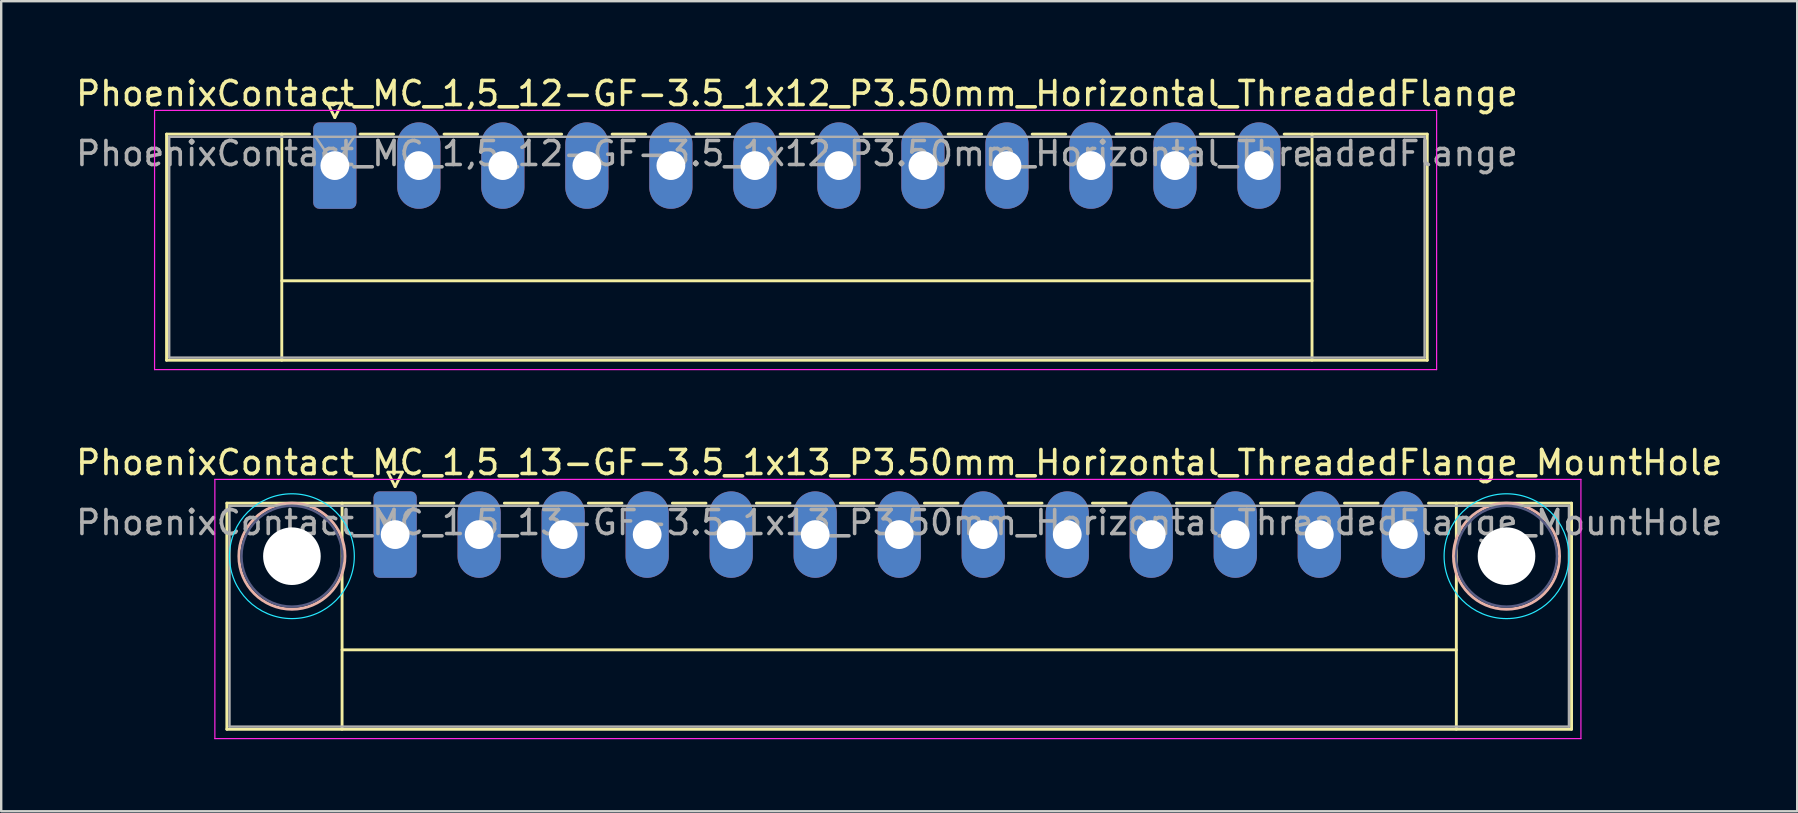
<source format=kicad_pcb>
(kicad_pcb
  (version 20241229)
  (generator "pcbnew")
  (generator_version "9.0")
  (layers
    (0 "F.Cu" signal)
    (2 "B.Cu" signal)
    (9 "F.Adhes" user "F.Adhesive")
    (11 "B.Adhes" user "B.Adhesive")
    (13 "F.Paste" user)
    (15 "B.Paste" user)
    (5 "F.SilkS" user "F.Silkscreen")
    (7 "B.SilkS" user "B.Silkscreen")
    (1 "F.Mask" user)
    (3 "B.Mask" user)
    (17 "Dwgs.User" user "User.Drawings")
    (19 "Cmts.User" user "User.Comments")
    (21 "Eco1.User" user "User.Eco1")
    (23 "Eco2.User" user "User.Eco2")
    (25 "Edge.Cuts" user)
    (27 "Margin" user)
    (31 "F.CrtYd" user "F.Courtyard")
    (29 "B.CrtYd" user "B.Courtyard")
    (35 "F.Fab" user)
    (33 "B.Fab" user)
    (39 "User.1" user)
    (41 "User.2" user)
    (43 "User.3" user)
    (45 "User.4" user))
  (footprint "PhoenixContact_MC_1,5_12-GF-3.5_1x12_P3.50mm_Horizontal_ThreadedFlange"
    (layer "F.Cu")
    (at 10.899 3.848)
    (property "Reference" "PhoenixContact_MC_1,5_12-GF-3.5_1x12_P3.50mm_Horizontal_ThreadedFlange" (at 19.25 -3 0) (layer "F.SilkS") (effects (font (size 1 1) (thickness 0.15))))
    (attr through_hole)
    (fp_line (start -7.01 -1.31) (end -7.01 8.11) (stroke (width 0.12) (type solid)) (layer "F.SilkS"))
    (fp_line (start -7.01 -1.31) (end -1.05 -1.31) (stroke (width 0.12) (type solid)) (layer "F.SilkS"))
    (fp_line (start -7.01 8.11) (end 45.51 8.11) (stroke (width 0.12) (type solid)) (layer "F.SilkS"))
    (fp_line (start -2.21 -1.31) (end -2.21 8.11) (stroke (width 0.12) (type solid)) (layer "F.SilkS"))
    (fp_line (start -2.21 4.8) (end 40.71 4.8) (stroke (width 0.12) (type solid)) (layer "F.SilkS"))
    (fp_line (start -0.3 -2.6) (end 0.3 -2.6) (stroke (width 0.12) (type solid)) (layer "F.SilkS"))
    (fp_line (start 0 -2) (end -0.3 -2.6) (stroke (width 0.12) (type solid)) (layer "F.SilkS"))
    (fp_line (start 0.3 -2.6) (end 0 -2) (stroke (width 0.12) (type solid)) (layer "F.SilkS"))
    (fp_line (start 1.05 -1.31) (end 2.45 -1.31) (stroke (width 0.12) (type solid)) (layer "F.SilkS"))
    (fp_line (start 4.55 -1.31) (end 5.95 -1.31) (stroke (width 0.12) (type solid)) (layer "F.SilkS"))
    (fp_line (start 8.05 -1.31) (end 9.45 -1.31) (stroke (width 0.12) (type solid)) (layer "F.SilkS"))
    (fp_line (start 11.55 -1.31) (end 12.95 -1.31) (stroke (width 0.12) (type solid)) (layer "F.SilkS"))
    (fp_line (start 15.05 -1.31) (end 16.45 -1.31) (stroke (width 0.12) (type solid)) (layer "F.SilkS"))
    (fp_line (start 18.55 -1.31) (end 19.95 -1.31) (stroke (width 0.12) (type solid)) (layer "F.SilkS"))
    (fp_line (start 22.05 -1.31) (end 23.45 -1.31) (stroke (width 0.12) (type solid)) (layer "F.SilkS"))
    (fp_line (start 25.55 -1.31) (end 26.95 -1.31) (stroke (width 0.12) (type solid)) (layer "F.SilkS"))
    (fp_line (start 29.05 -1.31) (end 30.45 -1.31) (stroke (width 0.12) (type solid)) (layer "F.SilkS"))
    (fp_line (start 32.55 -1.31) (end 33.95 -1.31) (stroke (width 0.12) (type solid)) (layer "F.SilkS"))
    (fp_line (start 36.05 -1.31) (end 37.45 -1.31) (stroke (width 0.12) (type solid)) (layer "F.SilkS"))
    (fp_line (start 40.71 -1.31) (end 40.71 8.11) (stroke (width 0.12) (type solid)) (layer "F.SilkS"))
    (fp_line (start 45.51 -1.31) (end 39.55 -1.31) (stroke (width 0.12) (type solid)) (layer "F.SilkS"))
    (fp_line (start 45.51 8.11) (end 45.51 -1.31) (stroke (width 0.12) (type solid)) (layer "F.SilkS"))
    (fp_line (start -7.51 -2.3) (end -7.51 8.5) (stroke (width 0.05) (type solid)) (layer "F.CrtYd"))
    (fp_line (start -7.51 8.5) (end 45.9 8.5) (stroke (width 0.05) (type solid)) (layer "F.CrtYd"))
    (fp_line (start 45.9 -2.3) (end -7.51 -2.3) (stroke (width 0.05) (type solid)) (layer "F.CrtYd"))
    (fp_line (start 45.9 8.5) (end 45.9 -2.3) (stroke (width 0.05) (type solid)) (layer "F.CrtYd"))
    (fp_line (start -6.9 -1.2) (end -6.9 8) (stroke (width 0.1) (type solid)) (layer "F.Fab"))
    (fp_line (start -6.9 8) (end 45.4 8) (stroke (width 0.1) (type solid)) (layer "F.Fab"))
    (fp_line (start 0 0) (end -0.8 -1.2) (stroke (width 0.1) (type solid)) (layer "F.Fab"))
    (fp_line (start 0.8 -1.2) (end 0 0) (stroke (width 0.1) (type solid)) (layer "F.Fab"))
    (fp_line (start 45.4 -1.2) (end -6.9 -1.2) (stroke (width 0.1) (type solid)) (layer "F.Fab"))
    (fp_line (start 45.4 8) (end 45.4 -1.2) (stroke (width 0.1) (type solid)) (layer "F.Fab"))
    (fp_text user "${REFERENCE}" (at 19.25 -0.5 0) (layer "F.Fab") (effects (font (size 1 1) (thickness 0.15))))
    (pad "1" thru_hole roundrect (at 0 0) (size 1.8 3.6) (drill 1.2) (layers "*.Cu" "*.Mask") (roundrect_rratio 0.139))
    (pad "2" thru_hole oval (at 3.5 0) (size 1.8 3.6) (drill 1.2) (layers "*.Cu" "*.Mask"))
    (pad "3" thru_hole oval (at 7 0) (size 1.8 3.6) (drill 1.2) (layers "*.Cu" "*.Mask"))
    (pad "4" thru_hole oval (at 10.5 0) (size 1.8 3.6) (drill 1.2) (layers "*.Cu" "*.Mask"))
    (pad "5" thru_hole oval (at 14 0) (size 1.8 3.6) (drill 1.2) (layers "*.Cu" "*.Mask"))
    (pad "6" thru_hole oval (at 17.5 0) (size 1.8 3.6) (drill 1.2) (layers "*.Cu" "*.Mask"))
    (pad "7" thru_hole oval (at 21 0) (size 1.8 3.6) (drill 1.2) (layers "*.Cu" "*.Mask"))
    (pad "8" thru_hole oval (at 24.5 0) (size 1.8 3.6) (drill 1.2) (layers "*.Cu" "*.Mask"))
    (pad "9" thru_hole oval (at 28 0) (size 1.8 3.6) (drill 1.2) (layers "*.Cu" "*.Mask"))
    (pad "10" thru_hole oval (at 31.5 0) (size 1.8 3.6) (drill 1.2) (layers "*.Cu" "*.Mask"))
    (pad "11" thru_hole oval (at 35 0) (size 1.8 3.6) (drill 1.2) (layers "*.Cu" "*.Mask"))
    (pad "12" thru_hole oval (at 38.5 0) (size 1.8 3.6) (drill 1.2) (layers "*.Cu" "*.Mask")))
  (footprint "PhoenixContact_MC_1,5_13-GF-3.5_1x13_P3.50mm_Horizontal_ThreadedFlange_MountHole"
    (layer "F.Cu")
    (at 13.411 19.221)
    (property "Reference" "PhoenixContact_MC_1,5_13-GF-3.5_1x13_P3.50mm_Horizontal_ThreadedFlange_MountHole" (at 21 -3 0) (layer "F.SilkS") (effects (font (size 1 1) (thickness 0.15))))
    (attr through_hole)
    (fp_line (start -7.01 -1.31) (end -7.01 8.11) (stroke (width 0.12) (type solid)) (layer "F.SilkS"))
    (fp_line (start -7.01 -1.31) (end -1.05 -1.31) (stroke (width 0.12) (type solid)) (layer "F.SilkS"))
    (fp_line (start -7.01 8.11) (end 49.01 8.11) (stroke (width 0.12) (type solid)) (layer "F.SilkS"))
    (fp_line (start -2.21 -1.31) (end -2.21 8.11) (stroke (width 0.12) (type solid)) (layer "F.SilkS"))
    (fp_line (start -2.21 4.8) (end 44.21 4.8) (stroke (width 0.12) (type solid)) (layer "F.SilkS"))
    (fp_line (start -0.3 -2.6) (end 0.3 -2.6) (stroke (width 0.12) (type solid)) (layer "F.SilkS"))
    (fp_line (start 0 -2) (end -0.3 -2.6) (stroke (width 0.12) (type solid)) (layer "F.SilkS"))
    (fp_line (start 0.3 -2.6) (end 0 -2) (stroke (width 0.12) (type solid)) (layer "F.SilkS"))
    (fp_line (start 1.05 -1.31) (end 2.45 -1.31) (stroke (width 0.12) (type solid)) (layer "F.SilkS"))
    (fp_line (start 4.55 -1.31) (end 5.95 -1.31) (stroke (width 0.12) (type solid)) (layer "F.SilkS"))
    (fp_line (start 8.05 -1.31) (end 9.45 -1.31) (stroke (width 0.12) (type solid)) (layer "F.SilkS"))
    (fp_line (start 11.55 -1.31) (end 12.95 -1.31) (stroke (width 0.12) (type solid)) (layer "F.SilkS"))
    (fp_line (start 15.05 -1.31) (end 16.45 -1.31) (stroke (width 0.12) (type solid)) (layer "F.SilkS"))
    (fp_line (start 18.55 -1.31) (end 19.95 -1.31) (stroke (width 0.12) (type solid)) (layer "F.SilkS"))
    (fp_line (start 22.05 -1.31) (end 23.45 -1.31) (stroke (width 0.12) (type solid)) (layer "F.SilkS"))
    (fp_line (start 25.55 -1.31) (end 26.95 -1.31) (stroke (width 0.12) (type solid)) (layer "F.SilkS"))
    (fp_line (start 29.05 -1.31) (end 30.45 -1.31) (stroke (width 0.12) (type solid)) (layer "F.SilkS"))
    (fp_line (start 32.55 -1.31) (end 33.95 -1.31) (stroke (width 0.12) (type solid)) (layer "F.SilkS"))
    (fp_line (start 36.05 -1.31) (end 37.45 -1.31) (stroke (width 0.12) (type solid)) (layer "F.SilkS"))
    (fp_line (start 39.55 -1.31) (end 40.95 -1.31) (stroke (width 0.12) (type solid)) (layer "F.SilkS"))
    (fp_line (start 44.21 -1.31) (end 44.21 8.11) (stroke (width 0.12) (type solid)) (layer "F.SilkS"))
    (fp_line (start 49.01 -1.31) (end 43.05 -1.31) (stroke (width 0.12) (type solid)) (layer "F.SilkS"))
    (fp_line (start 49.01 8.11) (end 49.01 -1.31) (stroke (width 0.12) (type solid)) (layer "F.SilkS"))
    (fp_circle (center -4.3 0.9) (end -2.09 0.9) (stroke (width 0.12) (type solid)) (fill no) (layer "B.SilkS"))
    (fp_circle (center 46.3 0.9) (end 48.51 0.9) (stroke (width 0.12) (type solid)) (fill no) (layer "B.SilkS"))
    (fp_circle (center -4.3 0.9) (end -1.7 0.9) (stroke (width 0.05) (type solid)) (fill no) (layer "B.CrtYd"))
    (fp_circle (center 46.3 0.9) (end 48.9 0.9) (stroke (width 0.05) (type solid)) (fill no) (layer "B.CrtYd"))
    (fp_line (start -7.51 -2.3) (end -7.51 8.5) (stroke (width 0.05) (type solid)) (layer "F.CrtYd"))
    (fp_line (start -7.51 8.5) (end 49.4 8.5) (stroke (width 0.05) (type solid)) (layer "F.CrtYd"))
    (fp_line (start 49.4 -2.3) (end -7.51 -2.3) (stroke (width 0.05) (type solid)) (layer "F.CrtYd"))
    (fp_line (start 49.4 8.5) (end 49.4 -2.3) (stroke (width 0.05) (type solid)) (layer "F.CrtYd"))
    (fp_circle (center -4.3 0.9) (end -2.2 0.9) (stroke (width 0.1) (type solid)) (fill no) (layer "B.Fab"))
    (fp_circle (center 46.3 0.9) (end 48.4 0.9) (stroke (width 0.1) (type solid)) (fill no) (layer "B.Fab"))
    (fp_line (start -6.9 -1.2) (end -6.9 8) (stroke (width 0.1) (type solid)) (layer "F.Fab"))
    (fp_line (start -6.9 8) (end 48.9 8) (stroke (width 0.1) (type solid)) (layer "F.Fab"))
    (fp_line (start 0 0) (end -0.8 -1.2) (stroke (width 0.1) (type solid)) (layer "F.Fab"))
    (fp_line (start 0.8 -1.2) (end 0 0) (stroke (width 0.1) (type solid)) (layer "F.Fab"))
    (fp_line (start 48.9 -1.2) (end -6.9 -1.2) (stroke (width 0.1) (type solid)) (layer "F.Fab"))
    (fp_line (start 48.9 8) (end 48.9 -1.2) (stroke (width 0.1) (type solid)) (layer "F.Fab"))
    (fp_text user "${REFERENCE}" (at 21 -0.5 0) (layer "F.Fab") (effects (font (size 1 1) (thickness 0.15))))
    (pad "" np_thru_hole circle (at -4.3 0.9) (size 2.4 2.4) (drill 2.4) (layers "*.Cu" "*.Mask"))
    (pad "" np_thru_hole circle (at 46.3 0.9) (size 2.4 2.4) (drill 2.4) (layers "*.Cu" "*.Mask"))
    (pad "1" thru_hole roundrect (at 0 0) (size 1.8 3.6) (drill 1.2) (layers "*.Cu" "*.Mask") (roundrect_rratio 0.139))
    (pad "2" thru_hole oval (at 3.5 0) (size 1.8 3.6) (drill 1.2) (layers "*.Cu" "*.Mask"))
    (pad "3" thru_hole oval (at 7 0) (size 1.8 3.6) (drill 1.2) (layers "*.Cu" "*.Mask"))
    (pad "4" thru_hole oval (at 10.5 0) (size 1.8 3.6) (drill 1.2) (layers "*.Cu" "*.Mask"))
    (pad "5" thru_hole oval (at 14 0) (size 1.8 3.6) (drill 1.2) (layers "*.Cu" "*.Mask"))
    (pad "6" thru_hole oval (at 17.5 0) (size 1.8 3.6) (drill 1.2) (layers "*.Cu" "*.Mask"))
    (pad "7" thru_hole oval (at 21 0) (size 1.8 3.6) (drill 1.2) (layers "*.Cu" "*.Mask"))
    (pad "8" thru_hole oval (at 24.5 0) (size 1.8 3.6) (drill 1.2) (layers "*.Cu" "*.Mask"))
    (pad "9" thru_hole oval (at 28 0) (size 1.8 3.6) (drill 1.2) (layers "*.Cu" "*.Mask"))
    (pad "10" thru_hole oval (at 31.5 0) (size 1.8 3.6) (drill 1.2) (layers "*.Cu" "*.Mask"))
    (pad "11" thru_hole oval (at 35 0) (size 1.8 3.6) (drill 1.2) (layers "*.Cu" "*.Mask"))
    (pad "12" thru_hole oval (at 38.5 0) (size 1.8 3.6) (drill 1.2) (layers "*.Cu" "*.Mask"))
    (pad "13" thru_hole oval (at 42 0) (size 1.8 3.6) (drill 1.2) (layers "*.Cu" "*.Mask")))
  (gr_rect
    (start -3 -3)
    (end 71.821 30.747)
    (stroke (width 0.1) (type default))
    (fill no)
    (layer "Edge.Cuts")))
</source>
